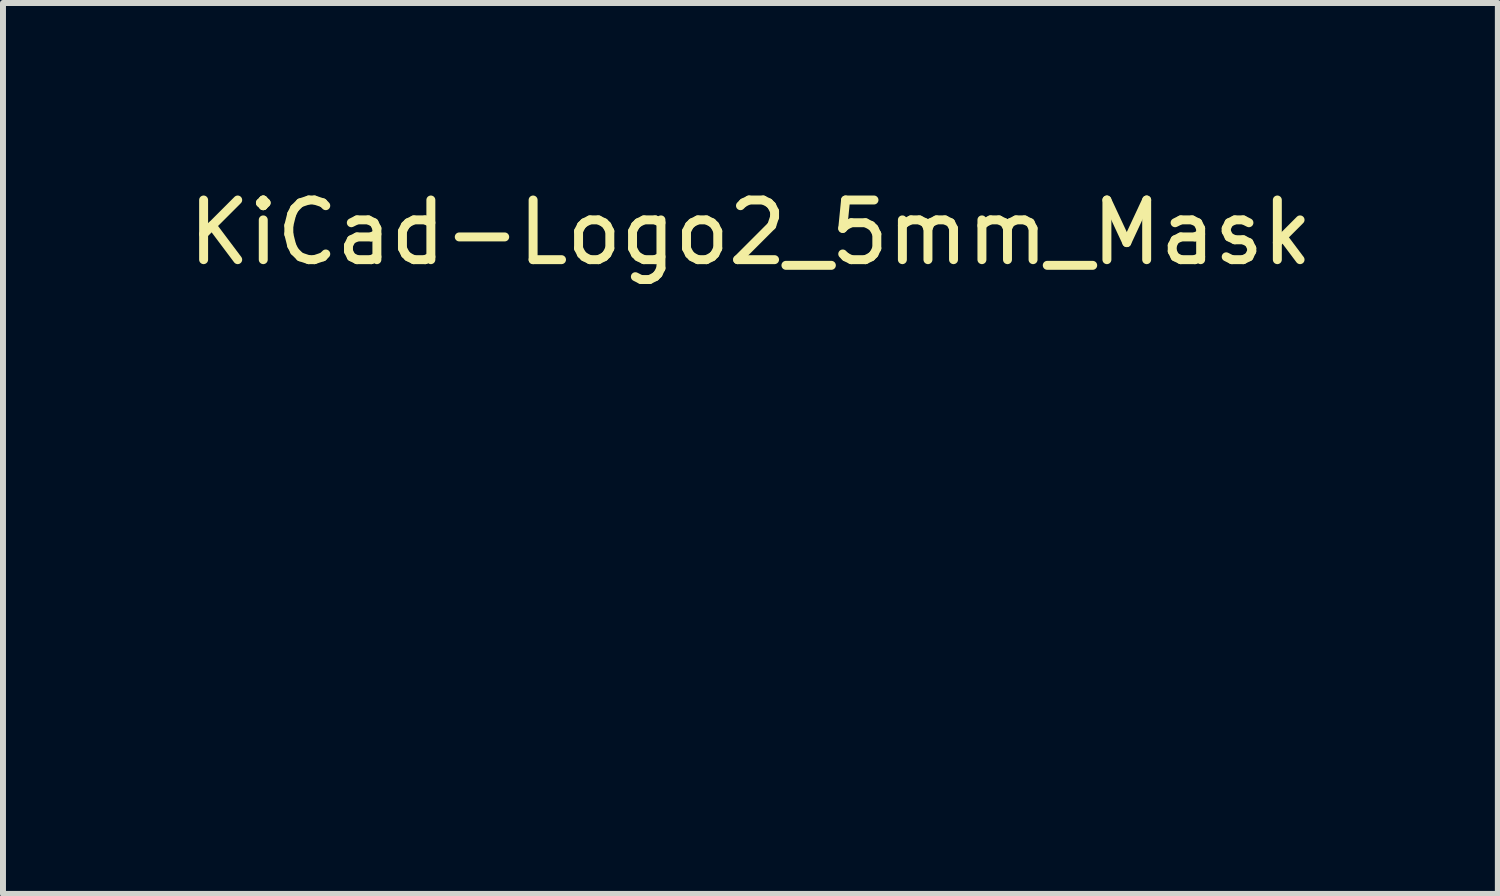
<source format=kicad_pcb>
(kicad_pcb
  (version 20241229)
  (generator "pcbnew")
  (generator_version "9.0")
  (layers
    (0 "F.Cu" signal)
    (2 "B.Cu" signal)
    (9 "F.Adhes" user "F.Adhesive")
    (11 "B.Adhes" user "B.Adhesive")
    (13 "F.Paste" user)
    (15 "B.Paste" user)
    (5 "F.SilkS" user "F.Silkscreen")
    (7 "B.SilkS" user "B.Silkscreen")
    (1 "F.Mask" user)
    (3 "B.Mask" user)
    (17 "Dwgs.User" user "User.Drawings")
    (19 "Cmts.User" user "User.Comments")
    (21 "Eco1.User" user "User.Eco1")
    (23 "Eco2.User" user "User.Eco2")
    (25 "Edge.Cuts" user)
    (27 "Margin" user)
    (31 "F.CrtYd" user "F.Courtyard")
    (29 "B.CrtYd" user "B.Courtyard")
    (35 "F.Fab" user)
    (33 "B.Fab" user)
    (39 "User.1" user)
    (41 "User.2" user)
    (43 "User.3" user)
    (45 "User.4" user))
  (footprint "KiCad-Logo2_5mm_Mask"
    (layer "F.Cu")
    (at 9.53 5.928)
    (property "Reference" "KiCad-Logo2_5mm_Mask" (at 0 -5.08 0) (layer "F.SilkS") (effects (font (size 1 1) (thickness 0.15))))
    (attr exclude_from_pos_files exclude_from_bom)
    (fp_poly (pts (xy 4.189 2.276) (xy 4.212 2.291) (xy 4.239 2.312) (xy 4.239 2.634) (xy 4.239 2.728) (xy 4.239 2.802) (xy 4.238 2.859) (xy 4.236 2.901) (xy 4.234 2.931) (xy 4.231 2.951) (xy 4.227 2.965) (xy 4.221 2.974) (xy 4.217 2.979) (xy 4.186 3) (xy 4.15 2.999) (xy 4.119 2.981) (xy 4.092 2.96) (xy 4.092 2.312) (xy 4.119 2.291) (xy 4.145 2.275) (xy 4.166 2.269) (xy 4.189 2.276)) (stroke (width 0.01) (type solid)) (fill yes) (layer "F.Mask"))
    (fp_poly (pts (xy -2.924 2.292) (xy -2.917 2.299) (xy -2.912 2.309) (xy -2.908 2.324) (xy -2.905 2.346) (xy -2.903 2.378) (xy -2.902 2.422) (xy -2.902 2.482) (xy -2.901 2.56) (xy -2.901 2.636) (xy -2.901 2.73) (xy -2.902 2.804) (xy -2.902 2.86) (xy -2.904 2.902) (xy -2.906 2.932) (xy -2.909 2.952) (xy -2.913 2.965) (xy -2.919 2.974) (xy -2.924 2.98) (xy -2.957 3) (xy -2.992 2.998) (xy -3.023 2.977) (xy -3.031 2.968) (xy -3.036 2.959) (xy -3.041 2.945) (xy -3.044 2.924) (xy -3.046 2.895) (xy -3.047 2.853) (xy -3.048 2.796) (xy -3.048 2.722) (xy -3.048 2.638) (xy -3.048 2.324) (xy -3.02 2.297) (xy -2.986 2.273) (xy -2.953 2.273) (xy -2.924 2.292)) (stroke (width 0.01) (type solid)) (fill yes) (layer "F.Mask"))
    (fp_poly (pts (xy -2.273 -2.973) (xy -2.177 -2.949) (xy -2.09 -2.906) (xy -2.015 -2.847) (xy -1.954 -2.772) (xy -1.909 -2.683) (xy -1.883 -2.586) (xy -1.877 -2.489) (xy -1.892 -2.395) (xy -1.926 -2.307) (xy -1.977 -2.228) (xy -2.042 -2.16) (xy -2.121 -2.106) (xy -2.212 -2.068) (xy -2.263 -2.056) (xy -2.308 -2.048) (xy -2.342 -2.045) (xy -2.375 -2.047) (xy -2.415 -2.054) (xy -2.449 -2.061) (xy -2.542 -2.092) (xy -2.626 -2.143) (xy -2.698 -2.213) (xy -2.756 -2.298) (xy -2.77 -2.326) (xy -2.787 -2.362) (xy -2.797 -2.392) (xy -2.802 -2.425) (xy -2.805 -2.466) (xy -2.805 -2.512) (xy -2.801 -2.596) (xy -2.787 -2.665) (xy -2.762 -2.726) (xy -2.723 -2.784) (xy -2.684 -2.829) (xy -2.612 -2.895) (xy -2.537 -2.94) (xy -2.455 -2.967) (xy -2.377 -2.977) (xy -2.273 -2.973)) (stroke (width 0.01) (type solid)) (fill yes) (layer "F.Mask"))
    (fp_poly (pts (xy 4.963 2.269) (xy 5.042 2.27) (xy 5.103 2.27) (xy 5.149 2.272) (xy 5.182 2.274) (xy 5.205 2.277) (xy 5.221 2.28) (xy 5.231 2.285) (xy 5.236 2.289) (xy 5.261 2.321) (xy 5.265 2.355) (xy 5.249 2.386) (xy 5.238 2.398) (xy 5.227 2.406) (xy 5.211 2.412) (xy 5.186 2.414) (xy 5.147 2.416) (xy 5.09 2.416) (xy 5.079 2.416) (xy 4.933 2.416) (xy 4.933 2.687) (xy 4.933 2.772) (xy 4.933 2.838) (xy 4.932 2.887) (xy 4.93 2.922) (xy 4.927 2.946) (xy 4.923 2.962) (xy 4.918 2.972) (xy 4.911 2.98) (xy 4.878 3) (xy 4.843 2.999) (xy 4.812 2.976) (xy 4.81 2.973) (xy 4.802 2.962) (xy 4.797 2.95) (xy 4.793 2.933) (xy 4.79 2.908) (xy 4.788 2.872) (xy 4.787 2.822) (xy 4.787 2.755) (xy 4.786 2.68) (xy 4.786 2.416) (xy 4.647 2.416) (xy 4.587 2.415) (xy 4.546 2.414) (xy 4.519 2.411) (xy 4.502 2.405) (xy 4.49 2.397) (xy 4.489 2.395) (xy 4.473 2.362) (xy 4.474 2.324) (xy 4.493 2.292) (xy 4.5 2.285) (xy 4.51 2.28) (xy 4.524 2.276) (xy 4.545 2.274) (xy 4.575 2.272) (xy 4.618 2.27) (xy 4.676 2.269) (xy 4.75 2.269) (xy 4.844 2.269) (xy 4.864 2.269) (xy 4.963 2.269)) (stroke (width 0.01) (type solid)) (fill yes) (layer "F.Mask"))
    (fp_poly (pts (xy 6.229 2.275) (xy 6.26 2.297) (xy 6.288 2.324) (xy 6.288 2.634) (xy 6.288 2.726) (xy 6.287 2.798) (xy 6.287 2.853) (xy 6.285 2.893) (xy 6.283 2.922) (xy 6.28 2.942) (xy 6.275 2.956) (xy 6.269 2.967) (xy 6.265 2.973) (xy 6.234 2.998) (xy 6.198 3) (xy 6.166 2.985) (xy 6.156 2.976) (xy 6.148 2.965) (xy 6.144 2.946) (xy 6.142 2.915) (xy 6.141 2.869) (xy 6.141 2.833) (xy 6.141 2.698) (xy 5.644 2.698) (xy 5.644 2.821) (xy 5.644 2.877) (xy 5.642 2.915) (xy 5.638 2.941) (xy 5.63 2.96) (xy 5.621 2.973) (xy 5.59 2.998) (xy 5.555 3.001) (xy 5.522 2.983) (xy 5.513 2.974) (xy 5.506 2.962) (xy 5.502 2.943) (xy 5.499 2.914) (xy 5.498 2.87) (xy 5.497 2.808) (xy 5.497 2.794) (xy 5.497 2.678) (xy 5.497 2.582) (xy 5.497 2.504) (xy 5.497 2.443) (xy 5.498 2.396) (xy 5.5 2.361) (xy 5.502 2.335) (xy 5.505 2.318) (xy 5.51 2.306) (xy 5.515 2.298) (xy 5.52 2.292) (xy 5.552 2.272) (xy 5.585 2.275) (xy 5.617 2.297) (xy 5.629 2.311) (xy 5.638 2.327) (xy 5.642 2.35) (xy 5.644 2.384) (xy 5.644 2.436) (xy 5.644 2.551) (xy 6.141 2.551) (xy 6.141 2.433) (xy 6.142 2.378) (xy 6.144 2.341) (xy 6.148 2.317) (xy 6.155 2.301) (xy 6.164 2.292) (xy 6.196 2.272) (xy 6.229 2.275)) (stroke (width 0.01) (type solid)) (fill yes) (layer "F.Mask"))
    (fp_poly (pts (xy 1.018 2.269) (xy 1.147 2.274) (xy 1.257 2.287) (xy 1.349 2.31) (xy 1.426 2.343) (xy 1.489 2.388) (xy 1.539 2.444) (xy 1.58 2.514) (xy 1.58 2.515) (xy 1.605 2.577) (xy 1.613 2.633) (xy 1.606 2.688) (xy 1.584 2.751) (xy 1.579 2.761) (xy 1.55 2.817) (xy 1.517 2.86) (xy 1.475 2.897) (xy 1.417 2.934) (xy 1.414 2.936) (xy 1.364 2.96) (xy 1.307 2.978) (xy 1.24 2.991) (xy 1.159 2.999) (xy 1.06 3.002) (xy 1.025 3.002) (xy 0.86 3.003) (xy 0.836 2.973) (xy 0.829 2.963) (xy 0.824 2.952) (xy 0.82 2.936) (xy 0.817 2.913) (xy 0.815 2.88) (xy 0.814 2.856) (xy 0.971 2.856) (xy 1.065 2.856) (xy 1.12 2.854) (xy 1.176 2.85) (xy 1.222 2.844) (xy 1.225 2.844) (xy 1.307 2.822) (xy 1.371 2.789) (xy 1.418 2.743) (xy 1.451 2.683) (xy 1.457 2.667) (xy 1.463 2.642) (xy 1.46 2.618) (xy 1.448 2.585) (xy 1.441 2.569) (xy 1.418 2.527) (xy 1.39 2.497) (xy 1.359 2.477) (xy 1.297 2.45) (xy 1.218 2.43) (xy 1.125 2.419) (xy 1.058 2.416) (xy 0.971 2.416) (xy 0.971 2.856) (xy 0.814 2.856) (xy 0.814 2.835) (xy 0.813 2.774) (xy 0.813 2.696) (xy 0.813 2.634) (xy 0.813 2.324) (xy 0.841 2.297) (xy 0.853 2.286) (xy 0.866 2.278) (xy 0.885 2.273) (xy 0.913 2.27) (xy 0.955 2.269) (xy 1.015 2.269) (xy 1.018 2.269)) (stroke (width 0.01) (type solid)) (fill yes) (layer "F.Mask"))
    (fp_poly (pts (xy -6.121 2.269) (xy -6.082 2.269) (xy -5.966 2.272) (xy -5.869 2.281) (xy -5.788 2.295) (xy -5.719 2.317) (xy -5.658 2.347) (xy -5.604 2.387) (xy -5.584 2.404) (xy -5.552 2.443) (xy -5.523 2.497) (xy -5.5 2.557) (xy -5.488 2.615) (xy -5.486 2.636) (xy -5.494 2.695) (xy -5.516 2.759) (xy -5.547 2.82) (xy -5.584 2.868) (xy -5.59 2.874) (xy -5.641 2.915) (xy -5.696 2.947) (xy -5.76 2.971) (xy -5.834 2.988) (xy -5.924 2.998) (xy -6.031 3.002) (xy -6.08 3.003) (xy -6.142 3.003) (xy -6.186 3.001) (xy -6.215 2.999) (xy -6.234 2.994) (xy -6.247 2.987) (xy -6.254 2.98) (xy -6.261 2.973) (xy -6.266 2.963) (xy -6.27 2.948) (xy -6.273 2.926) (xy -6.274 2.894) (xy -6.276 2.85) (xy -6.276 2.79) (xy -6.277 2.712) (xy -6.277 2.636) (xy -6.277 2.535) (xy -6.277 2.454) (xy -6.276 2.416) (xy -6.13 2.416) (xy -6.13 2.856) (xy -6.037 2.856) (xy -5.981 2.854) (xy -5.922 2.85) (xy -5.873 2.844) (xy -5.872 2.844) (xy -5.792 2.825) (xy -5.731 2.795) (xy -5.684 2.753) (xy -5.655 2.707) (xy -5.636 2.656) (xy -5.638 2.608) (xy -5.659 2.557) (xy -5.7 2.504) (xy -5.758 2.465) (xy -5.833 2.438) (xy -5.883 2.429) (xy -5.939 2.423) (xy -6 2.418) (xy -6.051 2.416) (xy -6.054 2.416) (xy -6.13 2.416) (xy -6.276 2.416) (xy -6.275 2.392) (xy -6.271 2.345) (xy -6.263 2.312) (xy -6.25 2.29) (xy -6.23 2.277) (xy -6.203 2.27) (xy -6.167 2.269) (xy -6.121 2.269)) (stroke (width 0.01) (type solid)) (fill yes) (layer "F.Mask"))
    (fp_poly (pts (xy -1.3 2.273) (xy -1.277 2.287) (xy -1.246 2.31) (xy -1.206 2.342) (xy -1.156 2.386) (xy -1.094 2.441) (xy -1.018 2.509) (xy -0.931 2.588) (xy -0.751 2.752) (xy -0.745 2.532) (xy -0.743 2.456) (xy -0.741 2.4) (xy -0.739 2.36) (xy -0.736 2.332) (xy -0.731 2.314) (xy -0.725 2.303) (xy -0.717 2.294) (xy -0.713 2.291) (xy -0.678 2.272) (xy -0.645 2.274) (xy -0.619 2.291) (xy -0.593 2.312) (xy -0.589 2.627) (xy -0.588 2.72) (xy -0.588 2.793) (xy -0.588 2.848) (xy -0.589 2.889) (xy -0.591 2.919) (xy -0.594 2.939) (xy -0.598 2.953) (xy -0.604 2.964) (xy -0.61 2.972) (xy -0.623 2.988) (xy -0.637 2.999) (xy -0.652 3.003) (xy -0.671 2.999) (xy -0.695 2.987) (xy -0.727 2.965) (xy -0.768 2.932) (xy -0.821 2.887) (xy -0.886 2.829) (xy -0.96 2.762) (xy -1.225 2.521) (xy -1.23 2.741) (xy -1.233 2.816) (xy -1.235 2.872) (xy -1.237 2.913) (xy -1.24 2.94) (xy -1.244 2.958) (xy -1.25 2.969) (xy -1.259 2.978) (xy -1.263 2.981) (xy -1.3 3) (xy -1.335 2.997) (xy -1.365 2.973) (xy -1.372 2.963) (xy -1.378 2.952) (xy -1.382 2.936) (xy -1.385 2.913) (xy -1.386 2.88) (xy -1.388 2.835) (xy -1.388 2.774) (xy -1.389 2.694) (xy -1.389 2.636) (xy -1.388 2.544) (xy -1.388 2.473) (xy -1.387 2.418) (xy -1.386 2.378) (xy -1.384 2.349) (xy -1.38 2.329) (xy -1.376 2.315) (xy -1.37 2.305) (xy -1.365 2.299) (xy -1.354 2.285) (xy -1.343 2.274) (xy -1.332 2.268) (xy -1.318 2.267) (xy -1.3 2.273)) (stroke (width 0.01) (type solid)) (fill yes) (layer "F.Mask"))
    (fp_poly (pts (xy -1.95 2.275) (xy -1.882 2.286) (xy -1.829 2.304) (xy -1.795 2.327) (xy -1.785 2.341) (xy -1.776 2.372) (xy -1.782 2.4) (xy -1.802 2.427) (xy -1.834 2.44) (xy -1.879 2.439) (xy -1.914 2.432) (xy -1.992 2.419) (xy -2.072 2.418) (xy -2.162 2.428) (xy -2.186 2.433) (xy -2.269 2.456) (xy -2.334 2.491) (xy -2.38 2.537) (xy -2.407 2.592) (xy -2.413 2.621) (xy -2.409 2.68) (xy -2.386 2.732) (xy -2.345 2.776) (xy -2.288 2.811) (xy -2.219 2.837) (xy -2.138 2.852) (xy -2.048 2.854) (xy -1.951 2.845) (xy -1.945 2.844) (xy -1.907 2.836) (xy -1.885 2.83) (xy -1.876 2.819) (xy -1.874 2.802) (xy -1.874 2.793) (xy -1.874 2.754) (xy -1.942 2.754) (xy -2.003 2.75) (xy -2.044 2.737) (xy -2.068 2.714) (xy -2.077 2.679) (xy -2.077 2.674) (xy -2.072 2.645) (xy -2.054 2.623) (xy -2.022 2.609) (xy -1.972 2.601) (xy -1.923 2.598) (xy -1.852 2.596) (xy -1.801 2.599) (xy -1.766 2.609) (xy -1.744 2.628) (xy -1.733 2.66) (xy -1.728 2.708) (xy -1.727 2.77) (xy -1.729 2.84) (xy -1.733 2.887) (xy -1.74 2.912) (xy -1.741 2.914) (xy -1.78 2.946) (xy -1.837 2.97) (xy -1.909 2.988) (xy -1.991 2.999) (xy -2.081 3.001) (xy -2.175 2.994) (xy -2.23 2.986) (xy -2.316 2.962) (xy -2.396 2.922) (xy -2.463 2.87) (xy -2.473 2.86) (xy -2.506 2.816) (xy -2.536 2.762) (xy -2.559 2.706) (xy -2.572 2.654) (xy -2.574 2.635) (xy -2.567 2.593) (xy -2.55 2.542) (xy -2.524 2.488) (xy -2.495 2.439) (xy -2.469 2.406) (xy -2.408 2.357) (xy -2.329 2.319) (xy -2.235 2.29) (xy -2.129 2.274) (xy -2.032 2.27) (xy -1.95 2.275)) (stroke (width 0.01) (type solid)) (fill yes) (layer "F.Mask"))
    (fp_poly (pts (xy 0.23 2.269) (xy 0.307 2.27) (xy 0.365 2.272) (xy 0.408 2.276) (xy 0.438 2.282) (xy 0.457 2.291) (xy 0.468 2.303) (xy 0.473 2.319) (xy 0.474 2.339) (xy 0.474 2.341) (xy 0.473 2.364) (xy 0.468 2.382) (xy 0.457 2.395) (xy 0.437 2.404) (xy 0.406 2.41) (xy 0.36 2.414) (xy 0.298 2.417) (xy 0.216 2.418) (xy 0.191 2.418) (xy -0.051 2.421) (xy -0.054 2.486) (xy -0.058 2.551) (xy 0.111 2.551) (xy 0.176 2.552) (xy 0.223 2.553) (xy 0.255 2.555) (xy 0.276 2.559) (xy 0.289 2.565) (xy 0.299 2.573) (xy 0.299 2.573) (xy 0.316 2.607) (xy 0.316 2.643) (xy 0.297 2.674) (xy 0.294 2.678) (xy 0.281 2.686) (xy 0.263 2.692) (xy 0.237 2.695) (xy 0.197 2.697) (xy 0.142 2.698) (xy 0.106 2.698) (xy -0.056 2.698) (xy -0.056 2.856) (xy 0.19 2.856) (xy 0.272 2.856) (xy 0.333 2.857) (xy 0.379 2.858) (xy 0.41 2.86) (xy 0.431 2.864) (xy 0.445 2.868) (xy 0.453 2.874) (xy 0.455 2.877) (xy 0.472 2.908) (xy 0.473 2.944) (xy 0.46 2.975) (xy 0.449 2.985) (xy 0.438 2.991) (xy 0.421 2.995) (xy 0.396 2.998) (xy 0.359 3) (xy 0.308 3.002) (xy 0.24 3.003) (xy 0.153 3.003) (xy 0.133 3.003) (xy 0.045 3.003) (xy -0.024 3.002) (xy -0.075 3.002) (xy -0.113 3) (xy -0.139 2.998) (xy -0.156 2.994) (xy -0.167 2.989) (xy -0.176 2.983) (xy -0.18 2.978) (xy -0.187 2.97) (xy -0.192 2.96) (xy -0.196 2.945) (xy -0.199 2.923) (xy -0.201 2.89) (xy -0.202 2.845) (xy -0.203 2.785) (xy -0.203 2.707) (xy -0.203 2.641) (xy -0.203 2.549) (xy -0.203 2.476) (xy -0.202 2.421) (xy -0.201 2.38) (xy -0.198 2.35) (xy -0.195 2.33) (xy -0.191 2.316) (xy -0.185 2.305) (xy -0.18 2.299) (xy -0.156 2.269) (xy 0.134 2.269) (xy 0.23 2.269)) (stroke (width 0.01) (type solid)) (fill yes) (layer "F.Mask"))
    (fp_poly (pts (xy -4.713 2.269) (xy -4.643 2.27) (xy -4.591 2.27) (xy -4.553 2.272) (xy -4.526 2.274) (xy -4.508 2.278) (xy -4.496 2.283) (xy -4.487 2.289) (xy -4.484 2.292) (xy -4.464 2.323) (xy -4.46 2.359) (xy -4.473 2.391) (xy -4.48 2.397) (xy -4.489 2.403) (xy -4.505 2.408) (xy -4.529 2.412) (xy -4.566 2.414) (xy -4.617 2.416) (xy -4.685 2.418) (xy -4.748 2.418) (xy -4.995 2.421) (xy -4.999 2.486) (xy -5.002 2.551) (xy -4.834 2.551) (xy -4.761 2.552) (xy -4.708 2.555) (xy -4.671 2.56) (xy -4.647 2.57) (xy -4.634 2.586) (xy -4.629 2.607) (xy -4.628 2.628) (xy -4.631 2.653) (xy -4.64 2.671) (xy -4.659 2.684) (xy -4.691 2.692) (xy -4.738 2.696) (xy -4.804 2.698) (xy -4.84 2.698) (xy -5.001 2.698) (xy -5.001 2.856) (xy -4.753 2.856) (xy -4.671 2.856) (xy -4.609 2.857) (xy -4.564 2.858) (xy -4.532 2.86) (xy -4.511 2.863) (xy -4.496 2.868) (xy -4.487 2.874) (xy -4.482 2.879) (xy -4.465 2.906) (xy -4.459 2.929) (xy -4.467 2.959) (xy -4.482 2.98) (xy -4.49 2.987) (xy -4.5 2.992) (xy -4.515 2.996) (xy -4.538 2.999) (xy -4.571 3.001) (xy -4.618 3.002) (xy -4.68 3.003) (xy -4.761 3.003) (xy -4.803 3.003) (xy -4.894 3.003) (xy -4.964 3.002) (xy -5.017 3.002) (xy -5.056 3) (xy -5.083 2.998) (xy -5.101 2.994) (xy -5.113 2.99) (xy -5.122 2.983) (xy -5.125 2.98) (xy -5.132 2.973) (xy -5.137 2.963) (xy -5.141 2.948) (xy -5.144 2.926) (xy -5.146 2.894) (xy -5.147 2.849) (xy -5.147 2.789) (xy -5.148 2.711) (xy -5.148 2.638) (xy -5.148 2.545) (xy -5.147 2.471) (xy -5.147 2.415) (xy -5.146 2.374) (xy -5.144 2.345) (xy -5.141 2.325) (xy -5.136 2.312) (xy -5.131 2.303) (xy -5.123 2.295) (xy -5.122 2.294) (xy -5.113 2.286) (xy -5.103 2.28) (xy -5.089 2.276) (xy -5.067 2.273) (xy -5.036 2.271) (xy -4.993 2.27) (xy -4.934 2.269) (xy -4.857 2.269) (xy -4.802 2.269) (xy -4.713 2.269)) (stroke (width 0.01) (type solid)) (fill yes) (layer "F.Mask"))
    (fp_poly (pts (xy 3.745 2.271) (xy 3.764 2.278) (xy 3.765 2.278) (xy 3.792 2.299) (xy 3.806 2.32) (xy 3.809 2.329) (xy 3.809 2.342) (xy 3.805 2.361) (xy 3.796 2.387) (xy 3.782 2.424) (xy 3.761 2.473) (xy 3.732 2.536) (xy 3.695 2.617) (xy 3.675 2.661) (xy 3.639 2.74) (xy 3.604 2.812) (xy 3.574 2.876) (xy 3.548 2.928) (xy 3.528 2.965) (xy 3.516 2.986) (xy 3.513 2.989) (xy 3.482 3.001) (xy 3.447 3) (xy 3.419 2.984) (xy 3.418 2.983) (xy 3.407 2.966) (xy 3.388 2.933) (xy 3.364 2.888) (xy 3.337 2.836) (xy 3.327 2.817) (xy 3.254 2.67) (xy 3.174 2.829) (xy 3.146 2.884) (xy 3.119 2.932) (xy 3.097 2.969) (xy 3.081 2.991) (xy 3.076 2.996) (xy 3.034 3.002) (xy 3 2.989) (xy 2.99 2.974) (xy 2.972 2.943) (xy 2.949 2.897) (xy 2.921 2.839) (xy 2.89 2.774) (xy 2.857 2.704) (xy 2.824 2.631) (xy 2.792 2.56) (xy 2.763 2.494) (xy 2.737 2.435) (xy 2.718 2.386) (xy 2.705 2.352) (xy 2.7 2.334) (xy 2.7 2.334) (xy 2.711 2.311) (xy 2.733 2.289) (xy 2.735 2.288) (xy 2.762 2.272) (xy 2.787 2.273) (xy 2.796 2.275) (xy 2.808 2.282) (xy 2.82 2.294) (xy 2.834 2.315) (xy 2.852 2.347) (xy 2.875 2.393) (xy 2.905 2.455) (xy 2.932 2.512) (xy 2.962 2.578) (xy 2.99 2.638) (xy 3.013 2.688) (xy 3.03 2.725) (xy 3.039 2.746) (xy 3.041 2.749) (xy 3.047 2.743) (xy 3.061 2.721) (xy 3.081 2.685) (xy 3.106 2.638) (xy 3.115 2.619) (xy 3.148 2.554) (xy 3.174 2.507) (xy 3.194 2.474) (xy 3.21 2.454) (xy 3.226 2.443) (xy 3.242 2.439) (xy 3.252 2.438) (xy 3.271 2.44) (xy 3.287 2.447) (xy 3.303 2.462) (xy 3.321 2.487) (xy 3.344 2.526) (xy 3.373 2.581) (xy 3.389 2.613) (xy 3.415 2.663) (xy 3.437 2.705) (xy 3.454 2.734) (xy 3.464 2.748) (xy 3.466 2.749) (xy 3.472 2.738) (xy 3.487 2.709) (xy 3.508 2.666) (xy 3.534 2.612) (xy 3.564 2.548) (xy 3.578 2.517) (xy 3.616 2.436) (xy 3.647 2.374) (xy 3.672 2.328) (xy 3.692 2.297) (xy 3.71 2.278) (xy 3.727 2.271) (xy 3.745 2.271)) (stroke (width 0.01) (type solid)) (fill yes) (layer "F.Mask"))
    (fp_poly (pts (xy -3.692 2.27) (xy -3.617 2.276) (xy -3.547 2.284) (xy -3.487 2.295) (xy -3.44 2.308) (xy -3.41 2.323) (xy -3.406 2.327) (xy -3.39 2.362) (xy -3.395 2.397) (xy -3.419 2.428) (xy -3.421 2.429) (xy -3.435 2.438) (xy -3.45 2.443) (xy -3.471 2.443) (xy -3.503 2.44) (xy -3.552 2.432) (xy -3.556 2.432) (xy -3.629 2.423) (xy -3.707 2.418) (xy -3.786 2.418) (xy -3.859 2.422) (xy -3.922 2.43) (xy -3.968 2.443) (xy -3.971 2.444) (xy -4.005 2.463) (xy -4.017 2.482) (xy -4.008 2.5) (xy -3.978 2.518) (xy -3.929 2.535) (xy -3.861 2.549) (xy -3.816 2.556) (xy -3.721 2.57) (xy -3.647 2.582) (xy -3.588 2.594) (xy -3.542 2.608) (xy -3.506 2.623) (xy -3.476 2.641) (xy -3.449 2.664) (xy -3.428 2.686) (xy -3.403 2.717) (xy -3.391 2.743) (xy -3.387 2.776) (xy -3.387 2.788) (xy -3.39 2.828) (xy -3.401 2.857) (xy -3.421 2.883) (xy -3.462 2.924) (xy -3.508 2.954) (xy -3.562 2.976) (xy -3.627 2.991) (xy -3.707 2.999) (xy -3.805 3.001) (xy -3.821 3.001) (xy -3.887 3) (xy -3.952 2.997) (xy -4.009 2.992) (xy -4.052 2.987) (xy -4.055 2.987) (xy -4.098 2.976) (xy -4.134 2.964) (xy -4.154 2.952) (xy -4.173 2.922) (xy -4.174 2.886) (xy -4.158 2.854) (xy -4.154 2.851) (xy -4.139 2.84) (xy -4.12 2.835) (xy -4.091 2.836) (xy -4.056 2.84) (xy -4.016 2.844) (xy -3.96 2.847) (xy -3.895 2.849) (xy -3.828 2.85) (xy -3.81 2.85) (xy -3.742 2.85) (xy -3.692 2.849) (xy -3.657 2.846) (xy -3.63 2.841) (xy -3.609 2.834) (xy -3.596 2.828) (xy -3.568 2.811) (xy -3.55 2.796) (xy -3.547 2.792) (xy -3.553 2.774) (xy -3.579 2.757) (xy -3.624 2.741) (xy -3.687 2.728) (xy -3.705 2.725) (xy -3.801 2.71) (xy -3.878 2.697) (xy -3.938 2.686) (xy -3.984 2.676) (xy -4.021 2.665) (xy -4.049 2.653) (xy -4.073 2.639) (xy -4.096 2.622) (xy -4.119 2.601) (xy -4.127 2.594) (xy -4.155 2.567) (xy -4.17 2.545) (xy -4.176 2.52) (xy -4.177 2.489) (xy -4.167 2.428) (xy -4.136 2.376) (xy -4.085 2.333) (xy -4.013 2.3) (xy -3.962 2.285) (xy -3.907 2.275) (xy -3.841 2.27) (xy -3.768 2.268) (xy -3.692 2.27)) (stroke (width 0.01) (type solid)) (fill yes) (layer "F.Mask"))
    (fp_poly (pts (xy 0.328 -2.051) (xy 0.489 -2.03) (xy 0.653 -1.99) (xy 0.822 -1.93) (xy 1 -1.851) (xy 1.011 -1.845) (xy 1.069 -1.817) (xy 1.121 -1.793) (xy 1.162 -1.775) (xy 1.19 -1.764) (xy 1.2 -1.761) (xy 1.219 -1.756) (xy 1.224 -1.752) (xy 1.218 -1.741) (xy 1.202 -1.715) (xy 1.177 -1.676) (xy 1.145 -1.626) (xy 1.107 -1.569) (xy 1.066 -1.507) (xy 1.023 -1.442) (xy 0.98 -1.379) (xy 0.939 -1.319) (xy 0.902 -1.265) (xy 0.871 -1.22) (xy 0.847 -1.186) (xy 0.832 -1.167) (xy 0.83 -1.165) (xy 0.82 -1.17) (xy 0.798 -1.187) (xy 0.767 -1.214) (xy 0.752 -1.228) (xy 0.655 -1.303) (xy 0.548 -1.359) (xy 0.433 -1.394) (xy 0.31 -1.408) (xy 0.241 -1.407) (xy 0.119 -1.39) (xy 0.01 -1.354) (xy -0.087 -1.299) (xy -0.174 -1.225) (xy -0.249 -1.131) (xy -0.314 -1.018) (xy -0.351 -0.931) (xy -0.395 -0.796) (xy -0.428 -0.648) (xy -0.448 -0.493) (xy -0.458 -0.333) (xy -0.456 -0.173) (xy -0.443 -0.016) (xy -0.419 0.133) (xy -0.384 0.271) (xy -0.338 0.395) (xy -0.322 0.429) (xy -0.253 0.543) (xy -0.173 0.64) (xy -0.081 0.718) (xy 0.02 0.777) (xy 0.13 0.816) (xy 0.247 0.834) (xy 0.289 0.835) (xy 0.41 0.824) (xy 0.531 0.791) (xy 0.649 0.737) (xy 0.762 0.663) (xy 0.854 0.585) (xy 0.9 0.54) (xy 1.081 0.837) (xy 1.127 0.911) (xy 1.168 0.98) (xy 1.204 1.039) (xy 1.233 1.088) (xy 1.254 1.124) (xy 1.265 1.144) (xy 1.266 1.147) (xy 1.258 1.157) (xy 1.233 1.174) (xy 1.193 1.197) (xy 1.142 1.225) (xy 1.084 1.255) (xy 1.021 1.287) (xy 0.958 1.318) (xy 0.896 1.346) (xy 0.839 1.371) (xy 0.791 1.391) (xy 0.768 1.399) (xy 0.634 1.437) (xy 0.496 1.462) (xy 0.349 1.475) (xy 0.222 1.477) (xy 0.154 1.476) (xy 0.088 1.474) (xy 0.031 1.471) (xy -0.013 1.468) (xy -0.027 1.466) (xy -0.166 1.438) (xy -0.307 1.392) (xy -0.445 1.334) (xy -0.572 1.264) (xy -0.649 1.211) (xy -0.777 1.103) (xy -0.895 0.977) (xy -1.002 0.835) (xy -1.095 0.681) (xy -1.173 0.518) (xy -1.217 0.401) (xy -1.267 0.217) (xy -1.301 0.023) (xy -1.318 -0.179) (xy -1.318 -0.382) (xy -1.301 -0.584) (xy -1.268 -0.781) (xy -1.217 -0.967) (xy -1.214 -0.978) (xy -1.151 -1.14) (xy -1.074 -1.288) (xy -0.981 -1.426) (xy -0.868 -1.558) (xy -0.825 -1.604) (xy -0.688 -1.728) (xy -0.549 -1.83) (xy -0.403 -1.912) (xy -0.249 -1.975) (xy -0.084 -2.02) (xy 0.011 -2.038) (xy 0.17 -2.054) (xy 0.328 -2.051)) (stroke (width 0.01) (type solid)) (fill yes) (layer "F.Mask"))
    (fp_poly (pts (xy 6.187 -0.528) (xy 6.187 -0.293) (xy 6.187 -0.08) (xy 6.187 0.112) (xy 6.187 0.285) (xy 6.187 0.441) (xy 6.188 0.579) (xy 6.188 0.701) (xy 6.189 0.808) (xy 6.19 0.901) (xy 6.192 0.982) (xy 6.194 1.051) (xy 6.196 1.11) (xy 6.198 1.159) (xy 6.202 1.2) (xy 6.205 1.234) (xy 6.21 1.262) (xy 6.214 1.285) (xy 6.22 1.304) (xy 6.226 1.321) (xy 6.233 1.335) (xy 6.24 1.349) (xy 6.249 1.364) (xy 6.254 1.373) (xy 6.288 1.434) (xy 5.43 1.434) (xy 5.43 1.338) (xy 5.429 1.294) (xy 5.427 1.261) (xy 5.424 1.243) (xy 5.423 1.242) (xy 5.412 1.249) (xy 5.389 1.267) (xy 5.366 1.286) (xy 5.312 1.327) (xy 5.242 1.368) (xy 5.165 1.405) (xy 5.088 1.435) (xy 5.057 1.445) (xy 4.989 1.46) (xy 4.906 1.47) (xy 4.816 1.475) (xy 4.728 1.474) (xy 4.649 1.469) (xy 4.612 1.463) (xy 4.473 1.425) (xy 4.346 1.367) (xy 4.23 1.29) (xy 4.127 1.195) (xy 4.036 1.081) (xy 3.969 0.97) (xy 3.914 0.854) (xy 3.872 0.734) (xy 3.842 0.608) (xy 3.823 0.472) (xy 3.815 0.32) (xy 3.814 0.243) (xy 3.816 0.186) (xy 4.645 0.186) (xy 4.645 0.279) (xy 4.648 0.367) (xy 4.654 0.444) (xy 4.662 0.505) (xy 4.665 0.517) (xy 4.697 0.625) (xy 4.738 0.712) (xy 4.79 0.779) (xy 4.853 0.826) (xy 4.926 0.853) (xy 5.011 0.862) (xy 5.107 0.851) (xy 5.17 0.835) (xy 5.219 0.817) (xy 5.274 0.791) (xy 5.314 0.767) (xy 5.385 0.721) (xy 5.385 -0.429) (xy 5.317 -0.473) (xy 5.239 -0.514) (xy 5.155 -0.541) (xy 5.07 -0.553) (xy 4.988 -0.549) (xy 4.915 -0.53) (xy 4.883 -0.515) (xy 4.826 -0.472) (xy 4.777 -0.415) (xy 4.735 -0.342) (xy 4.701 -0.252) (xy 4.672 -0.141) (xy 4.671 -0.135) (xy 4.66 -0.073) (xy 4.653 0.005) (xy 4.648 0.093) (xy 4.645 0.186) (xy 3.816 0.186) (xy 3.822 0.03) (xy 3.844 -0.166) (xy 3.88 -0.345) (xy 3.93 -0.506) (xy 3.994 -0.65) (xy 4.071 -0.777) (xy 4.163 -0.886) (xy 4.268 -0.977) (xy 4.314 -1.008) (xy 4.415 -1.064) (xy 4.518 -1.104) (xy 4.628 -1.128) (xy 4.749 -1.138) (xy 4.842 -1.137) (xy 4.971 -1.126) (xy 5.084 -1.104) (xy 5.183 -1.07) (xy 5.271 -1.024) (xy 5.32 -0.99) (xy 5.349 -0.968) (xy 5.371 -0.953) (xy 5.379 -0.948) (xy 5.381 -0.959) (xy 5.382 -0.99) (xy 5.383 -1.037) (xy 5.384 -1.1) (xy 5.384 -1.173) (xy 5.384 -1.256) (xy 5.384 -1.344) (xy 5.384 -1.436) (xy 5.383 -1.528) (xy 5.382 -1.618) (xy 5.381 -1.704) (xy 5.38 -1.781) (xy 5.379 -1.848) (xy 5.377 -1.902) (xy 5.375 -1.94) (xy 5.375 -1.947) (xy 5.367 -2.018) (xy 5.356 -2.073) (xy 5.338 -2.12) (xy 5.312 -2.166) (xy 5.305 -2.176) (xy 5.281 -2.213) (xy 6.186 -2.213) (xy 6.187 -0.528)) (stroke (width 0.01) (type solid)) (fill yes) (layer "F.Mask"))
    (fp_poly (pts (xy 2.674 -1.133) (xy 2.825 -1.113) (xy 2.961 -1.08) (xy 3.08 -1.032) (xy 3.185 -0.971) (xy 3.262 -0.907) (xy 3.331 -0.833) (xy 3.385 -0.753) (xy 3.428 -0.661) (xy 3.443 -0.618) (xy 3.456 -0.579) (xy 3.467 -0.543) (xy 3.477 -0.508) (xy 3.485 -0.472) (xy 3.492 -0.433) (xy 3.498 -0.39) (xy 3.503 -0.34) (xy 3.507 -0.283) (xy 3.51 -0.215) (xy 3.513 -0.136) (xy 3.515 -0.043) (xy 3.517 0.066) (xy 3.518 0.192) (xy 3.52 0.337) (xy 3.521 0.48) (xy 3.522 0.636) (xy 3.524 0.771) (xy 3.525 0.887) (xy 3.526 0.986) (xy 3.528 1.068) (xy 3.53 1.136) (xy 3.532 1.192) (xy 3.535 1.236) (xy 3.539 1.271) (xy 3.544 1.299) (xy 3.55 1.321) (xy 3.557 1.338) (xy 3.565 1.352) (xy 3.574 1.366) (xy 3.585 1.38) (xy 3.59 1.385) (xy 3.605 1.408) (xy 3.612 1.423) (xy 3.612 1.424) (xy 3.602 1.426) (xy 3.571 1.428) (xy 3.522 1.43) (xy 3.458 1.431) (xy 3.382 1.433) (xy 3.295 1.433) (xy 3.2 1.434) (xy 3.19 1.434) (xy 2.767 1.434) (xy 2.763 1.338) (xy 2.76 1.242) (xy 2.698 1.293) (xy 2.601 1.36) (xy 2.491 1.415) (xy 2.404 1.445) (xy 2.335 1.46) (xy 2.252 1.47) (xy 2.162 1.475) (xy 2.074 1.474) (xy 1.995 1.468) (xy 1.959 1.463) (xy 1.819 1.425) (xy 1.692 1.37) (xy 1.58 1.299) (xy 1.484 1.213) (xy 1.404 1.112) (xy 1.341 0.997) (xy 1.296 0.871) (xy 1.284 0.814) (xy 1.276 0.752) (xy 1.273 0.677) (xy 1.272 0.643) (xy 1.272 0.64) (xy 2.032 0.64) (xy 2.042 0.715) (xy 2.07 0.779) (xy 2.118 0.835) (xy 2.123 0.839) (xy 2.172 0.874) (xy 2.223 0.897) (xy 2.284 0.909) (xy 2.359 0.911) (xy 2.377 0.911) (xy 2.431 0.908) (xy 2.471 0.903) (xy 2.506 0.893) (xy 2.545 0.876) (xy 2.556 0.871) (xy 2.616 0.835) (xy 2.663 0.792) (xy 2.676 0.777) (xy 2.721 0.72) (xy 2.721 0.525) (xy 2.72 0.446) (xy 2.718 0.388) (xy 2.715 0.349) (xy 2.711 0.327) (xy 2.707 0.32) (xy 2.691 0.317) (xy 2.657 0.314) (xy 2.61 0.313) (xy 2.555 0.312) (xy 2.546 0.312) (xy 2.425 0.317) (xy 2.323 0.333) (xy 2.236 0.361) (xy 2.164 0.401) (xy 2.109 0.448) (xy 2.064 0.506) (xy 2.039 0.569) (xy 2.032 0.64) (xy 1.272 0.64) (xy 1.274 0.55) (xy 1.283 0.471) (xy 1.299 0.4) (xy 1.324 0.329) (xy 1.348 0.276) (xy 1.407 0.181) (xy 1.485 0.093) (xy 1.58 0.014) (xy 1.69 -0.055) (xy 1.813 -0.111) (xy 1.945 -0.154) (xy 2.009 -0.169) (xy 2.146 -0.191) (xy 2.294 -0.206) (xy 2.446 -0.212) (xy 2.572 -0.211) (xy 2.734 -0.204) (xy 2.727 -0.263) (xy 2.707 -0.362) (xy 2.676 -0.443) (xy 2.632 -0.506) (xy 2.575 -0.551) (xy 2.503 -0.58) (xy 2.416 -0.594) (xy 2.313 -0.591) (xy 2.275 -0.587) (xy 2.134 -0.562) (xy 1.997 -0.521) (xy 1.902 -0.483) (xy 1.857 -0.464) (xy 1.819 -0.448) (xy 1.792 -0.439) (xy 1.785 -0.437) (xy 1.775 -0.446) (xy 1.758 -0.475) (xy 1.734 -0.524) (xy 1.703 -0.594) (xy 1.665 -0.684) (xy 1.658 -0.7) (xy 1.628 -0.772) (xy 1.601 -0.838) (xy 1.578 -0.893) (xy 1.561 -0.936) (xy 1.55 -0.963) (xy 1.547 -0.972) (xy 1.557 -0.977) (xy 1.583 -0.982) (xy 1.611 -0.986) (xy 1.642 -0.991) (xy 1.689 -1) (xy 1.751 -1.013) (xy 1.821 -1.029) (xy 1.896 -1.047) (xy 1.925 -1.054) (xy 2.03 -1.08) (xy 2.117 -1.1) (xy 2.192 -1.115) (xy 2.258 -1.126) (xy 2.319 -1.133) (xy 2.381 -1.138) (xy 2.446 -1.14) (xy 2.504 -1.14) (xy 2.674 -1.133)) (stroke (width 0.01) (type solid)) (fill yes) (layer "F.Mask"))
    (fp_poly (pts (xy -2.946 -2.511) (xy -2.936 -2.397) (xy -2.904 -2.289) (xy -2.853 -2.19) (xy -2.784 -2.102) (xy -2.699 -2.027) (xy -2.602 -1.97) (xy -2.496 -1.93) (xy -2.389 -1.911) (xy -2.283 -1.913) (xy -2.181 -1.932) (xy -2.085 -1.969) (xy -1.996 -2.021) (xy -1.917 -2.087) (xy -1.849 -2.167) (xy -1.796 -2.258) (xy -1.759 -2.359) (xy -1.74 -2.47) (xy -1.738 -2.52) (xy -1.738 -2.608) (xy -1.687 -2.608) (xy -1.65 -2.605) (xy -1.623 -2.593) (xy -1.596 -2.569) (xy -1.558 -2.531) (xy -1.558 -0.339) (xy -1.558 -0.077) (xy -1.558 0.163) (xy -1.558 0.383) (xy -1.558 0.583) (xy -1.558 0.764) (xy -1.558 0.928) (xy -1.559 1.074) (xy -1.559 1.205) (xy -1.559 1.32) (xy -1.56 1.421) (xy -1.561 1.509) (xy -1.561 1.585) (xy -1.562 1.65) (xy -1.563 1.704) (xy -1.564 1.749) (xy -1.565 1.786) (xy -1.567 1.815) (xy -1.568 1.837) (xy -1.57 1.854) (xy -1.572 1.866) (xy -1.574 1.874) (xy -1.576 1.88) (xy -1.577 1.882) (xy -1.581 1.889) (xy -1.585 1.895) (xy -1.589 1.901) (xy -1.594 1.906) (xy -1.601 1.911) (xy -1.611 1.916) (xy -1.625 1.92) (xy -1.645 1.923) (xy -1.669 1.926) (xy -1.701 1.929) (xy -1.741 1.931) (xy -1.789 1.934) (xy -1.846 1.935) (xy -1.914 1.937) (xy -1.994 1.938) (xy -2.085 1.939) (xy -2.19 1.94) (xy -2.309 1.94) (xy -2.443 1.941) (xy -2.593 1.941) (xy -2.76 1.941) (xy -2.945 1.942) (xy -3.149 1.942) (xy -3.372 1.942) (xy -3.616 1.941) (xy -3.881 1.941) (xy -3.92 1.941) (xy -4.187 1.941) (xy -4.432 1.941) (xy -4.657 1.941) (xy -4.861 1.941) (xy -5.047 1.941) (xy -5.215 1.941) (xy -5.366 1.94) (xy -5.501 1.94) (xy -5.62 1.939) (xy -5.725 1.939) (xy -5.817 1.938) (xy -5.896 1.938) (xy -5.964 1.937) (xy -6.021 1.936) (xy -6.069 1.935) (xy -6.107 1.933) (xy -6.138 1.932) (xy -6.162 1.931) (xy -6.18 1.929) (xy -6.192 1.927) (xy -6.201 1.925) (xy -6.205 1.923) (xy -6.214 1.92) (xy -6.221 1.917) (xy -6.229 1.915) (xy -6.235 1.911) (xy -6.241 1.906) (xy -6.246 1.897) (xy -6.251 1.885) (xy -6.255 1.869) (xy -6.259 1.846) (xy -6.262 1.818) (xy -6.265 1.781) (xy -6.268 1.737) (xy -6.27 1.683) (xy -6.271 1.618) (xy -6.273 1.543) (xy -6.274 1.455) (xy -6.275 1.354) (xy -6.276 1.239) (xy -6.276 1.11) (xy -6.276 0.964) (xy -6.277 0.802) (xy -6.277 0.621) (xy -6.277 0.422) (xy -6.277 0.204) (xy -6.277 -0.035) (xy -6.277 -0.296) (xy -6.277 -0.338) (xy -6.277 -0.601) (xy -6.277 -0.842) (xy -6.277 -1.063) (xy -6.277 -1.264) (xy -6.277 -1.446) (xy -6.276 -1.61) (xy -6.276 -1.757) (xy -6.276 -1.888) (xy -6.275 -1.998) (xy -5.972 -1.998) (xy -5.932 -1.94) (xy -5.921 -1.925) (xy -5.911 -1.911) (xy -5.902 -1.897) (xy -5.894 -1.883) (xy -5.887 -1.868) (xy -5.881 -1.849) (xy -5.875 -1.826) (xy -5.871 -1.798) (xy -5.867 -1.764) (xy -5.863 -1.722) (xy -5.861 -1.67) (xy -5.858 -1.609) (xy -5.857 -1.537) (xy -5.855 -1.452) (xy -5.855 -1.354) (xy -5.854 -1.24) (xy -5.853 -1.111) (xy -5.853 -0.965) (xy -5.853 -0.8) (xy -5.853 -0.616) (xy -5.853 -0.41) (xy -5.853 -0.288) (xy -5.853 -0.071) (xy -5.853 0.125) (xy -5.853 0.3) (xy -5.853 0.456) (xy -5.854 0.595) (xy -5.854 0.717) (xy -5.855 0.823) (xy -5.856 0.915) (xy -5.857 0.994) (xy -5.859 1.062) (xy -5.862 1.118) (xy -5.865 1.165) (xy -5.868 1.204) (xy -5.872 1.235) (xy -5.877 1.261) (xy -5.883 1.282) (xy -5.89 1.299) (xy -5.897 1.314) (xy -5.906 1.327) (xy -5.915 1.341) (xy -5.925 1.356) (xy -5.932 1.365) (xy -5.97 1.422) (xy -5.439 1.422) (xy -5.315 1.422) (xy -5.213 1.422) (xy -5.129 1.422) (xy -5.063 1.421) (xy -5.012 1.42) (xy -4.974 1.419) (xy -4.948 1.417) (xy -4.932 1.415) (xy -4.923 1.412) (xy -4.921 1.408) (xy -4.923 1.404) (xy -4.925 1.403) (xy -4.95 1.366) (xy -4.976 1.313) (xy -4.999 1.251) (xy -5.007 1.224) (xy -5.012 1.206) (xy -5.016 1.185) (xy -5.019 1.159) (xy -5.022 1.126) (xy -5.024 1.083) (xy -5.026 1.028) (xy -5.028 0.96) (xy -5.029 0.877) (xy -5.03 0.775) (xy -5.031 0.654) (xy -5.032 0.61) (xy -5.033 0.484) (xy -5.033 0.38) (xy -5.034 0.295) (xy -5.034 0.227) (xy -5.034 0.174) (xy -5.033 0.135) (xy -5.031 0.107) (xy -5.029 0.09) (xy -5.027 0.081) (xy -5.023 0.078) (xy -5.019 0.08) (xy -5.015 0.085) (xy -5.004 0.098) (xy -4.982 0.127) (xy -4.95 0.17) (xy -4.909 0.225) (xy -4.861 0.289) (xy -4.808 0.362) (xy -4.751 0.44) (xy -4.691 0.521) (xy -4.631 0.603) (xy -4.572 0.685) (xy -4.514 0.763) (xy -4.461 0.836) (xy -4.413 0.902) (xy -4.373 0.959) (xy -4.341 1.004) (xy -4.318 1.035) (xy -4.314 1.041) (xy -4.291 1.078) (xy -4.264 1.126) (xy -4.239 1.176) (xy -4.236 1.183) (xy -4.214 1.231) (xy -4.201 1.268) (xy -4.196 1.304) (xy -4.194 1.346) (xy -4.195 1.422) (xy -3.041 1.422) (xy -3.132 1.329) (xy -3.179 1.279) (xy -3.229 1.222) (xy -3.275 1.168) (xy -3.295 1.143) (xy -3.326 1.103) (xy -3.366 1.05) (xy -3.414 0.985) (xy -3.47 0.909) (xy -3.532 0.825) (xy -3.599 0.733) (xy -3.669 0.636) (xy -3.743 0.535) (xy -3.817 0.432) (xy -3.892 0.328) (xy -3.966 0.225) (xy -4.038 0.125) (xy -4.106 0.029) (xy -4.17 -0.061) (xy -4.229 -0.144) (xy -4.28 -0.218) (xy -4.324 -0.28) (xy -4.359 -0.33) (xy -4.383 -0.367) (xy -4.396 -0.387) (xy -4.398 -0.391) (xy -4.39 -0.403) (xy -4.369 -0.43) (xy -4.337 -0.471) (xy -4.294 -0.525) (xy -4.243 -0.589) (xy -4.185 -0.663) (xy -4.12 -0.744) (xy -4.051 -0.831) (xy -3.979 -0.921) (xy -3.904 -1.014) (xy -3.845 -1.088) (xy -2.834 -1.088) (xy -2.828 -1.075) (xy -2.813 -1.053) (xy -2.812 -1.052) (xy -2.793 -1.021) (xy -2.774 -0.985) (xy -2.77 -0.976) (xy -2.766 -0.968) (xy -2.763 -0.958) (xy -2.76 -0.945) (xy -2.758 -0.927) (xy -2.756 -0.904) (xy -2.754 -0.873) (xy -2.753 -0.833) (xy -2.751 -0.784) (xy -2.75 -0.723) (xy -2.749 -0.649) (xy -2.749 -0.561) (xy -2.748 -0.457) (xy -2.747 -0.337) (xy -2.747 -0.198) (xy -2.746 -0.039) (xy -2.746 0.14) (xy -2.745 0.325) (xy -2.745 0.489) (xy -2.745 0.633) (xy -2.744 0.759) (xy -2.745 0.868) (xy -2.745 0.961) (xy -2.747 1.04) (xy -2.748 1.106) (xy -2.75 1.161) (xy -2.753 1.206) (xy -2.757 1.242) (xy -2.761 1.271) (xy -2.766 1.295) (xy -2.772 1.313) (xy -2.779 1.329) (xy -2.787 1.344) (xy -2.797 1.358) (xy -2.805 1.37) (xy -2.822 1.396) (xy -2.832 1.414) (xy -2.834 1.417) (xy -2.823 1.418) (xy -2.791 1.419) (xy -2.742 1.42) (xy -2.677 1.421) (xy -2.599 1.422) (xy -2.51 1.422) (xy -2.411 1.422) (xy -2.342 1.422) (xy -2.237 1.422) (xy -2.141 1.422) (xy -2.054 1.421) (xy -1.98 1.419) (xy -1.921 1.418) (xy -1.879 1.416) (xy -1.855 1.414) (xy -1.851 1.412) (xy -1.859 1.398) (xy -1.867 1.39) (xy -1.88 1.372) (xy -1.897 1.342) (xy -1.909 1.318) (xy -1.936 1.259) (xy -1.939 0.082) (xy -1.942 -1.095) (xy -2.388 -1.095) (xy -2.486 -1.095) (xy -2.576 -1.094) (xy -2.657 -1.094) (xy -2.725 -1.093) (xy -2.779 -1.092) (xy -2.815 -1.09) (xy -2.833 -1.089) (xy -2.834 -1.088) (xy -3.845 -1.088) (xy -3.829 -1.107) (xy -3.755 -1.199) (xy -3.683 -1.289) (xy -3.615 -1.374) (xy -3.551 -1.452) (xy -3.494 -1.523) (xy -3.444 -1.584) (xy -3.403 -1.633) (xy -3.386 -1.654) (xy -3.3 -1.754) (xy -3.223 -1.838) (xy -3.154 -1.906) (xy -3.091 -1.96) (xy -3.082 -1.967) (xy -3.042 -1.998) (xy -4.174 -1.998) (xy -4.169 -1.95) (xy -4.172 -1.893) (xy -4.194 -1.825) (xy -4.234 -1.745) (xy -4.279 -1.673) (xy -4.295 -1.65) (xy -4.323 -1.612) (xy -4.361 -1.562) (xy -4.408 -1.501) (xy -4.462 -1.432) (xy -4.52 -1.356) (xy -4.582 -1.276) (xy -4.646 -1.194) (xy -4.71 -1.112) (xy -4.773 -1.032) (xy -4.832 -0.957) (xy -4.887 -0.888) (xy -4.935 -0.828) (xy -4.974 -0.778) (xy -5.004 -0.742) (xy -5.022 -0.72) (xy -5.025 -0.717) (xy -5.028 -0.725) (xy -5.03 -0.755) (xy -5.032 -0.807) (xy -5.033 -0.881) (xy -5.033 -0.977) (xy -5.033 -1.094) (xy -5.032 -1.214) (xy -5.03 -1.346) (xy -5.029 -1.457) (xy -5.027 -1.551) (xy -5.024 -1.629) (xy -5.021 -1.692) (xy -5.016 -1.745) (xy -5.009 -1.788) (xy -5.002 -1.823) (xy -4.992 -1.854) (xy -4.98 -1.882) (xy -4.965 -1.91) (xy -4.95 -1.935) (xy -4.912 -1.998) (xy -5.972 -1.998) (xy -6.275 -1.998) (xy -6.275 -2.004) (xy -6.274 -2.106) (xy -6.273 -2.195) (xy -6.272 -2.272) (xy -6.27 -2.337) (xy -6.269 -2.393) (xy -6.266 -2.438) (xy -6.264 -2.475) (xy -6.261 -2.505) (xy -6.258 -2.528) (xy -6.254 -2.546) (xy -6.25 -2.559) (xy -6.245 -2.568) (xy -6.24 -2.574) (xy -6.234 -2.579) (xy -6.228 -2.582) (xy -6.222 -2.586) (xy -6.216 -2.589) (xy -6.21 -2.592) (xy -6.202 -2.594) (xy -6.19 -2.596) (xy -6.173 -2.598) (xy -6.149 -2.6) (xy -6.118 -2.601) (xy -6.079 -2.602) (xy -6.03 -2.603) (xy -5.971 -2.604) (xy -5.899 -2.605) (xy -5.815 -2.606) (xy -5.718 -2.606) (xy -5.605 -2.607) (xy -5.476 -2.607) (xy -5.33 -2.607) (xy -5.166 -2.608) (xy -4.982 -2.608) (xy -4.778 -2.608) (xy -4.567 -2.608) (xy -2.946 -2.608) (xy -2.946 -2.511)) (stroke (width 0.01) (type solid)) (fill yes) (layer "F.Mask")))
  (gr_rect
    (start -3 -3)
    (end 22.06 11.936)
    (stroke (width 0.1) (type default))
    (fill no)
    (layer "Edge.Cuts")))
</source>
